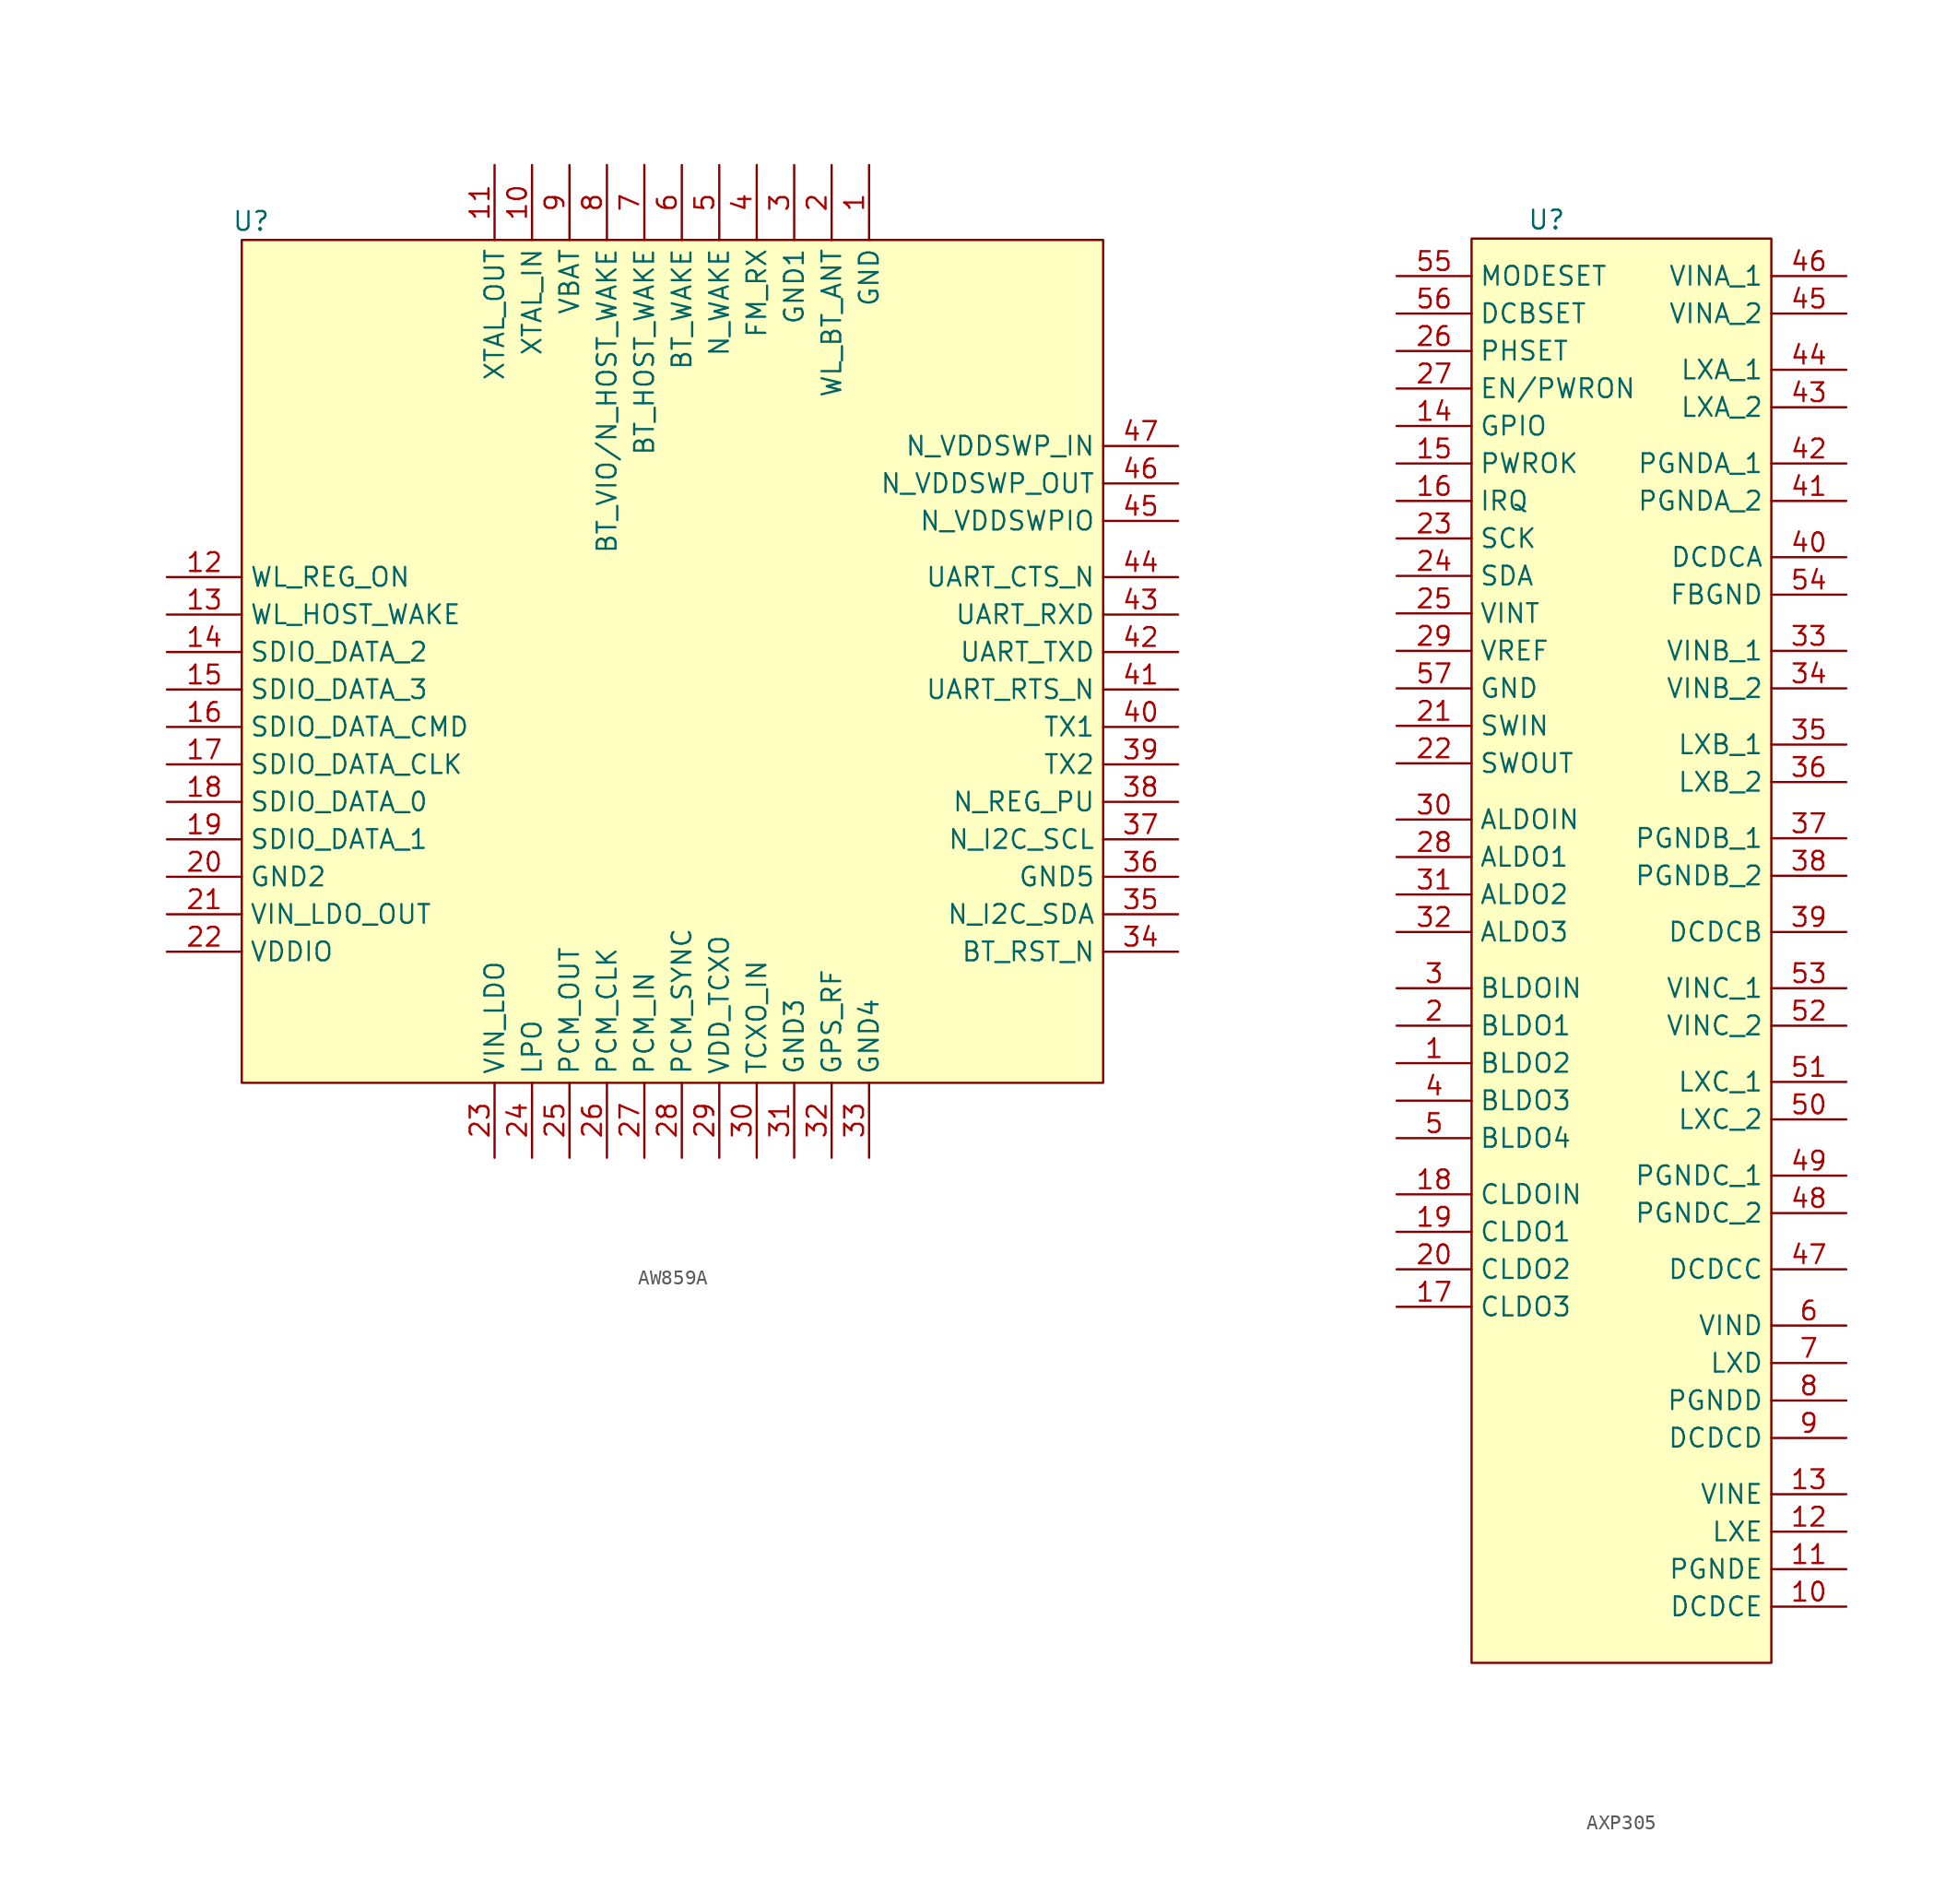
<source format=kicad_sym>
(kicad_symbol_lib
  (version 20231120)
  (generator "kicad_symbol_editor")
  (generator_version "8.0")
  (symbol "AW859A"
    (property "Reference" "U"
      (at -16.51 8.255 0)
      (effects (font (size 1.27 1.27))))
    (property "Value" ""
      (at 0 5.08 0)
      (effects (font (size 1.27 1.27))))
    (symbol "AW859A_1_1"
      (rectangle (start -17.145 6.985) (end 41.275 -50.165) (stroke (width 0) (type default)) (fill (type background)))
      (pin input line (at 25.4 12.065 270) (length 5.08) (name "GND" (effects (font (size 1.27 1.27)))) (number "1" (effects (font (size 1.27 1.27)))))
      (pin input line (at 2.54 12.065 270) (length 5.08) (name "XTAL_IN" (effects (font (size 1.27 1.27)))) (number "10" (effects (font (size 1.27 1.27)))))
      (pin input line (at 0 12.065 270) (length 5.08) (name "XTAL_OUT" (effects (font (size 1.27 1.27)))) (number "11" (effects (font (size 1.27 1.27)))))
      (pin input line (at -22.225 -15.875 0) (length 5.08) (name "WL_REG_ON" (effects (font (size 1.27 1.27)))) (number "12" (effects (font (size 1.27 1.27)))))
      (pin input line (at -22.225 -18.415 0) (length 5.08) (name "WL_HOST_WAKE" (effects (font (size 1.27 1.27)))) (number "13" (effects (font (size 1.27 1.27)))))
      (pin input line (at -22.225 -20.955 0) (length 5.08) (name "SDIO_DATA_2" (effects (font (size 1.27 1.27)))) (number "14" (effects (font (size 1.27 1.27)))))
      (pin input line (at -22.225 -23.495 0) (length 5.08) (name "SDIO_DATA_3" (effects (font (size 1.27 1.27)))) (number "15" (effects (font (size 1.27 1.27)))))
      (pin input line (at -22.225 -26.035 0) (length 5.08) (name "SDIO_DATA_CMD" (effects (font (size 1.27 1.27)))) (number "16" (effects (font (size 1.27 1.27)))))
      (pin input line (at -22.225 -28.575 0) (length 5.08) (name "SDIO_DATA_CLK" (effects (font (size 1.27 1.27)))) (number "17" (effects (font (size 1.27 1.27)))))
      (pin input line (at -22.225 -31.115 0) (length 5.08) (name "SDIO_DATA_0" (effects (font (size 1.27 1.27)))) (number "18" (effects (font (size 1.27 1.27)))))
      (pin input line (at -22.225 -33.655 0) (length 5.08) (name "SDIO_DATA_1" (effects (font (size 1.27 1.27)))) (number "19" (effects (font (size 1.27 1.27)))))
      (pin input line (at 22.86 12.065 270) (length 5.08) (name "WL_BT_ANT" (effects (font (size 1.27 1.27)))) (number "2" (effects (font (size 1.27 1.27)))))
      (pin input line (at -22.225 -36.195 0) (length 5.08) (name "GND2" (effects (font (size 1.27 1.27)))) (number "20" (effects (font (size 1.27 1.27)))))
      (pin input line (at -22.225 -38.735 0) (length 5.08) (name "VIN_LDO_OUT" (effects (font (size 1.27 1.27)))) (number "21" (effects (font (size 1.27 1.27)))))
      (pin input line (at -22.225 -41.275 0) (length 5.08) (name "VDDIO" (effects (font (size 1.27 1.27)))) (number "22" (effects (font (size 1.27 1.27)))))
      (pin input line (at 0 -55.245 90) (length 5.08) (name "VIN_LDO" (effects (font (size 1.27 1.27)))) (number "23" (effects (font (size 1.27 1.27)))))
      (pin input line (at 2.54 -55.245 90) (length 5.08) (name "LPO" (effects (font (size 1.27 1.27)))) (number "24" (effects (font (size 1.27 1.27)))))
      (pin input line (at 5.08 -55.245 90) (length 5.08) (name "PCM_OUT" (effects (font (size 1.27 1.27)))) (number "25" (effects (font (size 1.27 1.27)))))
      (pin input line (at 7.62 -55.245 90) (length 5.08) (name "PCM_CLK" (effects (font (size 1.27 1.27)))) (number "26" (effects (font (size 1.27 1.27)))))
      (pin input line (at 10.16 -55.245 90) (length 5.08) (name "PCM_IN" (effects (font (size 1.27 1.27)))) (number "27" (effects (font (size 1.27 1.27)))))
      (pin input line (at 12.7 -55.245 90) (length 5.08) (name "PCM_SYNC" (effects (font (size 1.27 1.27)))) (number "28" (effects (font (size 1.27 1.27)))))
      (pin input line (at 15.24 -55.245 90) (length 5.08) (name "VDD_TCXO" (effects (font (size 1.27 1.27)))) (number "29" (effects (font (size 1.27 1.27)))))
      (pin input line (at 20.32 12.065 270) (length 5.08) (name "GND1" (effects (font (size 1.27 1.27)))) (number "3" (effects (font (size 1.27 1.27)))))
      (pin input line (at 17.78 -55.245 90) (length 5.08) (name "TCXO_IN" (effects (font (size 1.27 1.27)))) (number "30" (effects (font (size 1.27 1.27)))))
      (pin input line (at 20.32 -55.245 90) (length 5.08) (name "GND3" (effects (font (size 1.27 1.27)))) (number "31" (effects (font (size 1.27 1.27)))))
      (pin input line (at 22.86 -55.245 90) (length 5.08) (name "GPS_RF" (effects (font (size 1.27 1.27)))) (number "32" (effects (font (size 1.27 1.27)))))
      (pin input line (at 25.4 -55.245 90) (length 5.08) (name "GND4" (effects (font (size 1.27 1.27)))) (number "33" (effects (font (size 1.27 1.27)))))
      (pin input line (at 46.355 -41.275 180) (length 5.08) (name "BT_RST_N" (effects (font (size 1.27 1.27)))) (number "34" (effects (font (size 1.27 1.27)))))
      (pin input line (at 46.355 -38.735 180) (length 5.08) (name "N_I2C_SDA" (effects (font (size 1.27 1.27)))) (number "35" (effects (font (size 1.27 1.27)))))
      (pin input line (at 46.355 -36.195 180) (length 5.08) (name "GND5" (effects (font (size 1.27 1.27)))) (number "36" (effects (font (size 1.27 1.27)))))
      (pin input line (at 46.355 -33.655 180) (length 5.08) (name "N_I2C_SCL" (effects (font (size 1.27 1.27)))) (number "37" (effects (font (size 1.27 1.27)))))
      (pin input line (at 46.355 -31.115 180) (length 5.08) (name "N_REG_PU" (effects (font (size 1.27 1.27)))) (number "38" (effects (font (size 1.27 1.27)))))
      (pin input line (at 46.355 -28.575 180) (length 5.08) (name "TX2" (effects (font (size 1.27 1.27)))) (number "39" (effects (font (size 1.27 1.27)))))
      (pin input line (at 17.78 12.065 270) (length 5.08) (name "FM_RX" (effects (font (size 1.27 1.27)))) (number "4" (effects (font (size 1.27 1.27)))))
      (pin input line (at 46.355 -26.035 180) (length 5.08) (name "TX1" (effects (font (size 1.27 1.27)))) (number "40" (effects (font (size 1.27 1.27)))))
      (pin input line (at 46.355 -23.495 180) (length 5.08) (name "UART_RTS_N" (effects (font (size 1.27 1.27)))) (number "41" (effects (font (size 1.27 1.27)))))
      (pin input line (at 46.355 -20.955 180) (length 5.08) (name "UART_TXD" (effects (font (size 1.27 1.27)))) (number "42" (effects (font (size 1.27 1.27)))))
      (pin input line (at 46.355 -18.415 180) (length 5.08) (name "UART_RXD" (effects (font (size 1.27 1.27)))) (number "43" (effects (font (size 1.27 1.27)))))
      (pin input line (at 46.355 -15.875 180) (length 5.08) (name "UART_CTS_N" (effects (font (size 1.27 1.27)))) (number "44" (effects (font (size 1.27 1.27)))))
      (pin input line (at 46.355 -12.065 180) (length 5.08) (name "N_VDDSWPIO" (effects (font (size 1.27 1.27)))) (number "45" (effects (font (size 1.27 1.27)))))
      (pin input line (at 46.355 -9.525 180) (length 5.08) (name "N_VDDSWP_OUT" (effects (font (size 1.27 1.27)))) (number "46" (effects (font (size 1.27 1.27)))))
      (pin input line (at 46.355 -6.985 180) (length 5.08) (name "N_VDDSWP_IN" (effects (font (size 1.27 1.27)))) (number "47" (effects (font (size 1.27 1.27)))))
      (pin input line (at 15.24 12.065 270) (length 5.08) (name "N_WAKE" (effects (font (size 1.27 1.27)))) (number "5" (effects (font (size 1.27 1.27)))))
      (pin input line (at 12.7 12.065 270) (length 5.08) (name "BT_WAKE" (effects (font (size 1.27 1.27)))) (number "6" (effects (font (size 1.27 1.27)))))
      (pin input line (at 10.16 12.065 270) (length 5.08) (name "BT_HOST_WAKE" (effects (font (size 1.27 1.27)))) (number "7" (effects (font (size 1.27 1.27)))))
      (pin input line (at 7.62 12.065 270) (length 5.08) (name "BT_VIO/N_HOST_WAKE" (effects (font (size 1.27 1.27)))) (number "8" (effects (font (size 1.27 1.27)))))
      (pin input line (at 5.08 12.065 270) (length 5.08) (name "VBAT" (effects (font (size 1.27 1.27)))) (number "9" (effects (font (size 1.27 1.27)))))))
  (symbol "AXP305"
    (property "Reference" "U"
      (at 0 0 0)
      (effects (font (size 1.27 1.27))))
    (property "Value" ""
      (at 0 0 0)
      (effects (font (size 1.27 1.27))))
    (symbol "AXP305_1_1"
      (rectangle (start -5.08 -1.27) (end 15.24 -97.79) (stroke (width 0) (type default)) (fill (type background)))
      (pin input line (at -10.16 -57.15 0) (length 5.08) (name "BLDO2" (effects (font (size 1.27 1.27)))) (number "1" (effects (font (size 1.27 1.27)))))
      (pin input line (at 20.32 -93.98 180) (length 5.08) (name "DCDCE" (effects (font (size 1.27 1.27)))) (number "10" (effects (font (size 1.27 1.27)))))
      (pin input line (at 20.32 -91.44 180) (length 5.08) (name "PGNDE" (effects (font (size 1.27 1.27)))) (number "11" (effects (font (size 1.27 1.27)))))
      (pin input line (at 20.32 -88.9 180) (length 5.08) (name "LXE" (effects (font (size 1.27 1.27)))) (number "12" (effects (font (size 1.27 1.27)))))
      (pin input line (at 20.32 -86.36 180) (length 5.08) (name "VINE" (effects (font (size 1.27 1.27)))) (number "13" (effects (font (size 1.27 1.27)))))
      (pin input line (at -10.16 -13.97 0) (length 5.08) (name "GPIO" (effects (font (size 1.27 1.27)))) (number "14" (effects (font (size 1.27 1.27)))))
      (pin input line (at -10.16 -16.51 0) (length 5.08) (name "PWROK" (effects (font (size 1.27 1.27)))) (number "15" (effects (font (size 1.27 1.27)))))
      (pin input line (at -10.16 -19.05 0) (length 5.08) (name "IRQ" (effects (font (size 1.27 1.27)))) (number "16" (effects (font (size 1.27 1.27)))))
      (pin input line (at -10.16 -73.66 0) (length 5.08) (name "CLDO3" (effects (font (size 1.27 1.27)))) (number "17" (effects (font (size 1.27 1.27)))))
      (pin input line (at -10.16 -66.04 0) (length 5.08) (name "CLDOIN" (effects (font (size 1.27 1.27)))) (number "18" (effects (font (size 1.27 1.27)))))
      (pin input line (at -10.16 -68.58 0) (length 5.08) (name "CLDO1" (effects (font (size 1.27 1.27)))) (number "19" (effects (font (size 1.27 1.27)))))
      (pin input line (at -10.16 -54.61 0) (length 5.08) (name "BLDO1" (effects (font (size 1.27 1.27)))) (number "2" (effects (font (size 1.27 1.27)))))
      (pin input line (at -10.16 -71.12 0) (length 5.08) (name "CLDO2" (effects (font (size 1.27 1.27)))) (number "20" (effects (font (size 1.27 1.27)))))
      (pin input line (at -10.16 -34.29 0) (length 5.08) (name "SWIN" (effects (font (size 1.27 1.27)))) (number "21" (effects (font (size 1.27 1.27)))))
      (pin input line (at -10.16 -36.83 0) (length 5.08) (name "SWOUT" (effects (font (size 1.27 1.27)))) (number "22" (effects (font (size 1.27 1.27)))))
      (pin input line (at -10.16 -21.59 0) (length 5.08) (name "SCK" (effects (font (size 1.27 1.27)))) (number "23" (effects (font (size 1.27 1.27)))))
      (pin input line (at -10.16 -24.13 0) (length 5.08) (name "SDA" (effects (font (size 1.27 1.27)))) (number "24" (effects (font (size 1.27 1.27)))))
      (pin input line (at -10.16 -26.67 0) (length 5.08) (name "VINT" (effects (font (size 1.27 1.27)))) (number "25" (effects (font (size 1.27 1.27)))))
      (pin input line (at -10.16 -8.89 0) (length 5.08) (name "PHSET" (effects (font (size 1.27 1.27)))) (number "26" (effects (font (size 1.27 1.27)))))
      (pin input line (at -10.16 -11.43 0) (length 5.08) (name "EN/PWRON" (effects (font (size 1.27 1.27)))) (number "27" (effects (font (size 1.27 1.27)))))
      (pin input line (at -10.16 -43.18 0) (length 5.08) (name "ALDO1" (effects (font (size 1.27 1.27)))) (number "28" (effects (font (size 1.27 1.27)))))
      (pin input line (at -10.16 -29.21 0) (length 5.08) (name "VREF" (effects (font (size 1.27 1.27)))) (number "29" (effects (font (size 1.27 1.27)))))
      (pin input line (at -10.16 -52.07 0) (length 5.08) (name "BLDOIN" (effects (font (size 1.27 1.27)))) (number "3" (effects (font (size 1.27 1.27)))))
      (pin input line (at -10.16 -40.64 0) (length 5.08) (name "ALDOIN" (effects (font (size 1.27 1.27)))) (number "30" (effects (font (size 1.27 1.27)))))
      (pin input line (at -10.16 -45.72 0) (length 5.08) (name "ALDO2" (effects (font (size 1.27 1.27)))) (number "31" (effects (font (size 1.27 1.27)))))
      (pin input line (at -10.16 -48.26 0) (length 5.08) (name "ALDO3" (effects (font (size 1.27 1.27)))) (number "32" (effects (font (size 1.27 1.27)))))
      (pin input line (at 20.32 -29.21 180) (length 5.08) (name "VINB_1" (effects (font (size 1.27 1.27)))) (number "33" (effects (font (size 1.27 1.27)))))
      (pin input line (at 20.32 -31.75 180) (length 5.08) (name "VINB_2" (effects (font (size 1.27 1.27)))) (number "34" (effects (font (size 1.27 1.27)))))
      (pin input line (at 20.32 -35.56 180) (length 5.08) (name "LXB_1" (effects (font (size 1.27 1.27)))) (number "35" (effects (font (size 1.27 1.27)))))
      (pin input line (at 20.32 -38.1 180) (length 5.08) (name "LXB_2" (effects (font (size 1.27 1.27)))) (number "36" (effects (font (size 1.27 1.27)))))
      (pin input line (at 20.32 -41.91 180) (length 5.08) (name "PGNDB_1" (effects (font (size 1.27 1.27)))) (number "37" (effects (font (size 1.27 1.27)))))
      (pin input line (at 20.32 -44.45 180) (length 5.08) (name "PGNDB_2" (effects (font (size 1.27 1.27)))) (number "38" (effects (font (size 1.27 1.27)))))
      (pin input line (at 20.32 -48.26 180) (length 5.08) (name "DCDCB" (effects (font (size 1.27 1.27)))) (number "39" (effects (font (size 1.27 1.27)))))
      (pin input line (at -10.16 -59.69 0) (length 5.08) (name "BLDO3" (effects (font (size 1.27 1.27)))) (number "4" (effects (font (size 1.27 1.27)))))
      (pin input line (at 20.32 -22.86 180) (length 5.08) (name "DCDCA" (effects (font (size 1.27 1.27)))) (number "40" (effects (font (size 1.27 1.27)))))
      (pin input line (at 20.32 -19.05 180) (length 5.08) (name "PGNDA_2" (effects (font (size 1.27 1.27)))) (number "41" (effects (font (size 1.27 1.27)))))
      (pin input line (at 20.32 -16.51 180) (length 5.08) (name "PGNDA_1" (effects (font (size 1.27 1.27)))) (number "42" (effects (font (size 1.27 1.27)))))
      (pin input line (at 20.32 -12.7 180) (length 5.08) (name "LXA_2" (effects (font (size 1.27 1.27)))) (number "43" (effects (font (size 1.27 1.27)))))
      (pin input line (at 20.32 -10.16 180) (length 5.08) (name "LXA_1" (effects (font (size 1.27 1.27)))) (number "44" (effects (font (size 1.27 1.27)))))
      (pin input line (at 20.32 -6.35 180) (length 5.08) (name "VINA_2" (effects (font (size 1.27 1.27)))) (number "45" (effects (font (size 1.27 1.27)))))
      (pin input line (at 20.32 -3.81 180) (length 5.08) (name "VINA_1" (effects (font (size 1.27 1.27)))) (number "46" (effects (font (size 1.27 1.27)))))
      (pin input line (at 20.32 -71.12 180) (length 5.08) (name "DCDCC" (effects (font (size 1.27 1.27)))) (number "47" (effects (font (size 1.27 1.27)))))
      (pin input line (at 20.32 -67.31 180) (length 5.08) (name "PGNDC_2" (effects (font (size 1.27 1.27)))) (number "48" (effects (font (size 1.27 1.27)))))
      (pin input line (at 20.32 -64.77 180) (length 5.08) (name "PGNDC_1" (effects (font (size 1.27 1.27)))) (number "49" (effects (font (size 1.27 1.27)))))
      (pin input line (at -10.16 -62.23 0) (length 5.08) (name "BLDO4" (effects (font (size 1.27 1.27)))) (number "5" (effects (font (size 1.27 1.27)))))
      (pin input line (at 20.32 -60.96 180) (length 5.08) (name "LXC_2" (effects (font (size 1.27 1.27)))) (number "50" (effects (font (size 1.27 1.27)))))
      (pin input line (at 20.32 -58.42 180) (length 5.08) (name "LXC_1" (effects (font (size 1.27 1.27)))) (number "51" (effects (font (size 1.27 1.27)))))
      (pin input line (at 20.32 -54.61 180) (length 5.08) (name "VINC_2" (effects (font (size 1.27 1.27)))) (number "52" (effects (font (size 1.27 1.27)))))
      (pin input line (at 20.32 -52.07 180) (length 5.08) (name "VINC_1" (effects (font (size 1.27 1.27)))) (number "53" (effects (font (size 1.27 1.27)))))
      (pin input line (at 20.32 -25.4 180) (length 5.08) (name "FBGND" (effects (font (size 1.27 1.27)))) (number "54" (effects (font (size 1.27 1.27)))))
      (pin input line (at -10.16 -3.81 0) (length 5.08) (name "MODESET" (effects (font (size 1.27 1.27)))) (number "55" (effects (font (size 1.27 1.27)))))
      (pin input line (at -10.16 -6.35 0) (length 5.08) (name "DCBSET" (effects (font (size 1.27 1.27)))) (number "56" (effects (font (size 1.27 1.27)))))
      (pin input line (at -10.16 -31.75 0) (length 5.08) (name "GND" (effects (font (size 1.27 1.27)))) (number "57" (effects (font (size 1.27 1.27)))))
      (pin input line (at 20.32 -74.93 180) (length 5.08) (name "VIND" (effects (font (size 1.27 1.27)))) (number "6" (effects (font (size 1.27 1.27)))))
      (pin input line (at 20.32 -77.47 180) (length 5.08) (name "LXD" (effects (font (size 1.27 1.27)))) (number "7" (effects (font (size 1.27 1.27)))))
      (pin input line (at 20.32 -80.01 180) (length 5.08) (name "PGNDD" (effects (font (size 1.27 1.27)))) (number "8" (effects (font (size 1.27 1.27)))))
      (pin input line (at 20.32 -82.55 180) (length 5.08) (name "DCDCD" (effects (font (size 1.27 1.27)))) (number "9" (effects (font (size 1.27 1.27))))))))
</source>
